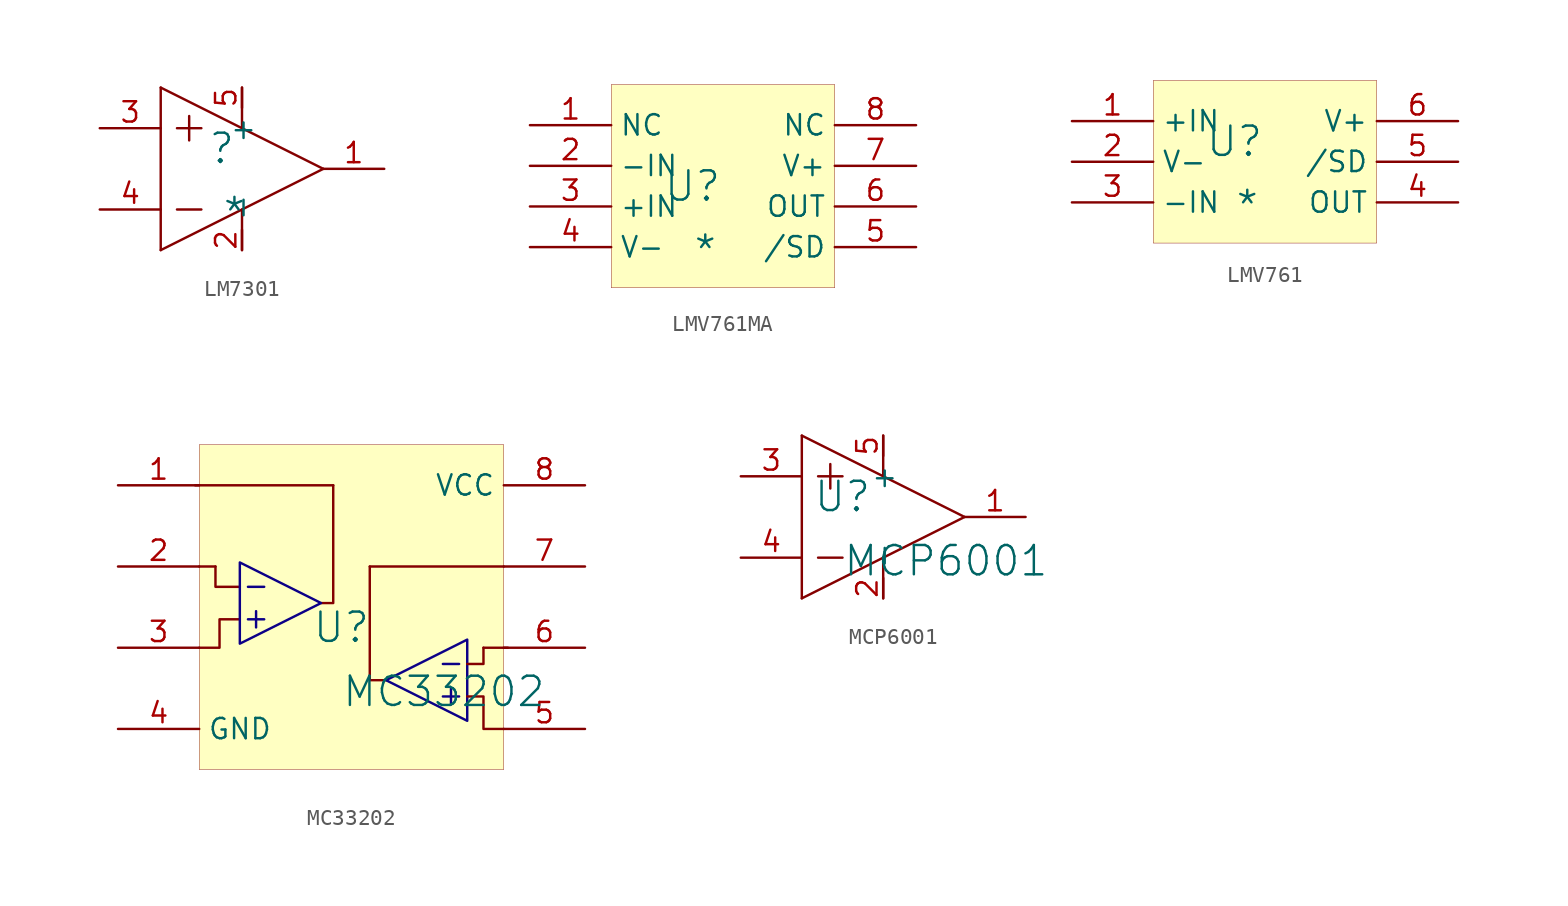
<source format=kicad_sym>
(kicad_symbol_lib
  (version 20241209)
  (generator "kicad_symbol_editor")
  (generator_version "9.0")
  (symbol "LM7301"
    (property "Reference" ""
      (at -1.27 1.27 0)
      (effects (font (size 1.829 1.829))))
    (property "Value" "*"
      (at -1.27 -3.81 0)
      (effects (font (size 1.829 1.829)) (justify left bottom)))
    (symbol "LM7301_1_0"
      (polyline (pts (xy -5.08 5.08) (xy 5.08 0)) (stroke (width 0) (type solid)) (fill (type none)))
      (polyline (pts (xy -5.08 -5.08) (xy -5.08 5.08)) (stroke (width 0) (type solid)) (fill (type none)))
      (polyline (pts (xy -5.08 -5.08) (xy 5.08 0)) (stroke (width 0) (type solid)) (fill (type none)))
      (polyline (pts (xy -4.064 2.54) (xy -2.54 2.54)) (stroke (width 0) (type solid)) (fill (type none)))
      (polyline (pts (xy -4.064 -2.54) (xy -2.54 -2.54)) (stroke (width 0) (type solid)) (fill (type none)))
      (polyline (pts (xy -3.302 1.778) (xy -3.302 3.302)) (stroke (width 0) (type solid)) (fill (type none)))
      (polyline (pts (xy 0 2.54) (xy 0 5.08)) (stroke (width 0) (type solid)) (fill (type none)))
      (polyline (pts (xy 0 -5.08) (xy 0 -2.54)) (stroke (width 0) (type solid)) (fill (type none)))
      (pin input line (at -8.89 2.54 0) (length 3.81) (name "IN1+" (effects (font (size 0 0)))) (number "3" (effects (font (size 1.27 1.27)))))
      (pin input line (at -8.89 -2.54 0) (length 3.81) (name "IN1-" (effects (font (size 0 0)))) (number "4" (effects (font (size 1.27 1.27)))))
      (pin power_in line (at 0 5.08 270) (length 1.27) (name "+" (effects (font (size 1.27 1.27)))) (number "5" (effects (font (size 1.27 1.27)))))
      (pin power_in line (at 0 -5.08 90) (length 1.27) (name "-" (effects (font (size 1.27 1.27)))) (number "2" (effects (font (size 1.27 1.27)))))
      (pin output line (at 8.89 0 180) (length 3.81) (name "OUT1" (effects (font (size 0 0)))) (number "1" (effects (font (size 1.27 1.27)))))))
  (symbol "LMV761MA"
    (property "Reference" "U"
      (at -1.27 1.27 0)
      (effects (font (size 1.829 1.829))))
    (property "Value" "*"
      (at -1.27 -3.81 0)
      (effects (font (size 1.829 1.829)) (justify left bottom)))
    (symbol "LMV761MA_1_0"
      (rectangle (start 7.62 7.62) (end -6.35 -5.08) (stroke (width 0.025) (type solid) (color 128 0 0 1)) (fill (type background)))
      (pin passive line (at -11.43 5.08 0) (length 5.08) (name "NC" (effects (font (size 1.27 1.27)))) (number "1" (effects (font (size 1.27 1.27)))))
      (pin passive line (at -11.43 2.54 0) (length 5.08) (name "-IN" (effects (font (size 1.27 1.27)))) (number "2" (effects (font (size 1.27 1.27)))))
      (pin passive line (at -11.43 0 0) (length 5.08) (name "+IN" (effects (font (size 1.27 1.27)))) (number "3" (effects (font (size 1.27 1.27)))))
      (pin passive line (at -11.43 -2.54 0) (length 5.08) (name "V-" (effects (font (size 1.27 1.27)))) (number "4" (effects (font (size 1.27 1.27)))))
      (pin passive line (at 12.7 5.08 180) (length 5.08) (name "NC" (effects (font (size 1.27 1.27)))) (number "8" (effects (font (size 1.27 1.27)))))
      (pin passive line (at 12.7 2.54 180) (length 5.08) (name "V+" (effects (font (size 1.27 1.27)))) (number "7" (effects (font (size 1.27 1.27)))))
      (pin passive line (at 12.7 0 180) (length 5.08) (name "OUT" (effects (font (size 1.27 1.27)))) (number "6" (effects (font (size 1.27 1.27)))))
      (pin passive line (at 12.7 -2.54 180) (length 5.08) (name "/SD" (effects (font (size 1.27 1.27)))) (number "5" (effects (font (size 1.27 1.27)))))))
  (symbol "LMV761"
    (property "Reference" "U"
      (at -1.27 1.27 0)
      (effects (font (size 1.829 1.829))))
    (property "Value" "*"
      (at -1.27 -3.81 0)
      (effects (font (size 1.829 1.829)) (justify left bottom)))
    (symbol "LMV761_1_0"
      (rectangle (start 7.62 5.08) (end -6.35 -5.08) (stroke (width 0.025) (type solid) (color 128 0 0 1)) (fill (type background)))
      (pin passive line (at -11.43 2.54 0) (length 5.08) (name "+IN" (effects (font (size 1.27 1.27)))) (number "1" (effects (font (size 1.27 1.27)))))
      (pin passive line (at -11.43 0 0) (length 5.08) (name "V-" (effects (font (size 1.27 1.27)))) (number "2" (effects (font (size 1.27 1.27)))))
      (pin passive line (at -11.43 -2.54 0) (length 5.08) (name "-IN" (effects (font (size 1.27 1.27)))) (number "3" (effects (font (size 1.27 1.27)))))
      (pin passive line (at 12.7 2.54 180) (length 5.08) (name "V+" (effects (font (size 1.27 1.27)))) (number "6" (effects (font (size 1.27 1.27)))))
      (pin passive line (at 12.7 0 180) (length 5.08) (name "/SD" (effects (font (size 1.27 1.27)))) (number "5" (effects (font (size 1.27 1.27)))))
      (pin passive line (at 12.7 -2.54 180) (length 5.08) (name "OUT" (effects (font (size 1.27 1.27)))) (number "4" (effects (font (size 1.27 1.27)))))))
  (symbol "MC33202"
    (property "Reference" "U"
      (at -1.27 1.27 0)
      (effects (font (size 1.829 1.829))))
    (property "Value" "MC33202"
      (at -1.27 -3.81 0)
      (effects (font (size 1.829 1.829)) (justify left bottom)))
    (symbol "MC33202_1_0"
      (polyline (pts (xy -10.414 10.16) (xy -1.778 10.16)) (stroke (width 0) (type solid)) (fill (type none)))
      (polyline (pts (xy -10.16 5.08) (xy -9.144 5.08)) (stroke (width 0) (type solid)) (fill (type none)))
      (polyline (pts (xy -7.62 3.81) (xy -9.144 3.81) (xy -9.144 5.08)) (stroke (width 0) (type solid)) (fill (type none)))
      (polyline (pts (xy -7.62 1.778) (xy -8.89 1.778) (xy -8.89 0) (xy -10.16 0)) (stroke (width 0) (type solid)) (fill (type none)))
      (polyline (pts (xy -7.112 3.81) (xy -6.096 3.81)) (stroke (width 0) (type solid) (color 12 0 135 1)) (fill (type none)))
      (polyline (pts (xy -7.112 1.778) (xy -6.096 1.778)) (stroke (width 0) (type solid) (color 12 0 135 1)) (fill (type none)))
      (polyline (pts (xy -6.604 1.27) (xy -6.604 2.286)) (stroke (width 0) (type solid) (color 12 0 135 1)) (fill (type none)))
      (polyline (pts (xy -2.54 2.794) (xy -1.778 2.794) (xy -1.778 10.16)) (stroke (width 0) (type solid)) (fill (type none)))
      (polyline (pts (xy -2.54 2.794) (xy -7.62 0.254) (xy -7.62 5.334) (xy -2.54 2.794)) (stroke (width 0) (type solid) (color 12 0 135 1)) (fill (type none)))
      (polyline (pts (xy 1.524 -2.032) (xy 0.508 -2.032) (xy 0.508 5.08)) (stroke (width 0) (type solid)) (fill (type none)))
      (polyline (pts (xy 1.524 -2.032) (xy 6.604 -4.572) (xy 6.604 0.508) (xy 1.524 -2.032)) (stroke (width 0) (type solid) (color 12 0 135 1)) (fill (type none)))
      (polyline (pts (xy 5.588 -3.556) (xy 5.588 -2.54)) (stroke (width 0) (type solid) (color 12 0 135 1)) (fill (type none)))
      (polyline (pts (xy 6.096 -1.016) (xy 5.08 -1.016)) (stroke (width 0) (type solid) (color 12 0 135 1)) (fill (type none)))
      (polyline (pts (xy 6.096 -3.048) (xy 5.08 -3.048)) (stroke (width 0) (type solid) (color 12 0 135 1)) (fill (type none)))
      (polyline (pts (xy 6.604 -1.016) (xy 7.62 -1.016) (xy 7.62 0)) (stroke (width 0) (type solid)) (fill (type none)))
      (polyline (pts (xy 6.604 -3.048) (xy 7.62 -3.048) (xy 7.62 -5.08) (xy 8.89 -5.08)) (stroke (width 0) (type solid)) (fill (type none)))
      (polyline (pts (xy 7.62 0) (xy 9.144 0)) (stroke (width 0) (type solid)) (fill (type none)))
      (rectangle (start 8.89 12.7) (end -10.16 -7.62) (stroke (width 0.025) (type solid) (color 128 0 0 1)) (fill (type background)))
      (polyline (pts (xy 8.89 5.08) (xy 0.508 5.08)) (stroke (width 0) (type solid)) (fill (type none)))
      (pin passive line (at -15.24 10.16 0) (length 5.08) (name "" (effects (font (size 1.27 1.27)))) (number "1" (effects (font (size 1.27 1.27)))))
      (pin passive line (at -15.24 5.08 0) (length 5.08) (name "" (effects (font (size 1.27 1.27)))) (number "2" (effects (font (size 1.27 1.27)))))
      (pin passive line (at -15.24 0 0) (length 5.08) (name "" (effects (font (size 1.27 1.27)))) (number "3" (effects (font (size 1.27 1.27)))))
      (pin passive line (at -15.24 -5.08 0) (length 5.08) (name "GND" (effects (font (size 1.27 1.27)))) (number "4" (effects (font (size 1.27 1.27)))))
      (pin passive line (at 13.97 10.16 180) (length 5.08) (name "VCC" (effects (font (size 1.27 1.27)))) (number "8" (effects (font (size 1.27 1.27)))))
      (pin passive line (at 13.97 5.08 180) (length 5.08) (name "" (effects (font (size 1.27 1.27)))) (number "7" (effects (font (size 1.27 1.27)))))
      (pin passive line (at 13.97 0 180) (length 5.08) (name "" (effects (font (size 1.27 1.27)))) (number "6" (effects (font (size 1.27 1.27)))))
      (pin passive line (at 13.97 -5.08 180) (length 5.08) (name "" (effects (font (size 1.27 1.27)))) (number "5" (effects (font (size 1.27 1.27)))))))
  (symbol "MCP6001"
    (property "Reference" "U"
      (at -1.27 1.27 0)
      (effects (font (size 1.829 1.829))))
    (property "Value" "MCP6001"
      (at -1.27 -3.81 0)
      (effects (font (size 1.829 1.829)) (justify left bottom)))
    (symbol "MCP6001_1_0"
      (polyline (pts (xy -3.81 5.08) (xy 6.35 0)) (stroke (width 0) (type solid)) (fill (type none)))
      (polyline (pts (xy -3.81 -5.08) (xy -3.81 5.08)) (stroke (width 0) (type solid)) (fill (type none)))
      (polyline (pts (xy -3.81 -5.08) (xy 6.35 0)) (stroke (width 0) (type solid)) (fill (type none)))
      (polyline (pts (xy -2.794 2.54) (xy -1.27 2.54)) (stroke (width 0) (type solid)) (fill (type none)))
      (polyline (pts (xy -2.794 -2.54) (xy -1.27 -2.54)) (stroke (width 0) (type solid)) (fill (type none)))
      (polyline (pts (xy -2.032 1.778) (xy -2.032 3.302)) (stroke (width 0) (type solid)) (fill (type none)))
      (polyline (pts (xy 1.27 2.54) (xy 1.27 5.08)) (stroke (width 0) (type solid)) (fill (type none)))
      (polyline (pts (xy 1.27 -5.08) (xy 1.27 -2.54)) (stroke (width 0) (type solid)) (fill (type none)))
      (pin input line (at -7.62 2.54 0) (length 3.81) (name "IN1+" (effects (font (size 0 0)))) (number "3" (effects (font (size 1.27 1.27)))))
      (pin input line (at -7.62 -2.54 0) (length 3.81) (name "IN1-" (effects (font (size 0 0)))) (number "4" (effects (font (size 1.27 1.27)))))
      (pin power_in line (at 1.27 5.08 270) (length 1.27) (name "+" (effects (font (size 1.27 1.27)))) (number "5" (effects (font (size 1.27 1.27)))))
      (pin power_in line (at 1.27 -5.08 90) (length 1.27) (name "-" (effects (font (size 1.27 1.27)))) (number "2" (effects (font (size 1.27 1.27)))))
      (pin output line (at 10.16 0 180) (length 3.81) (name "OUT1" (effects (font (size 0 0)))) (number "1" (effects (font (size 1.27 1.27))))))))
</source>
